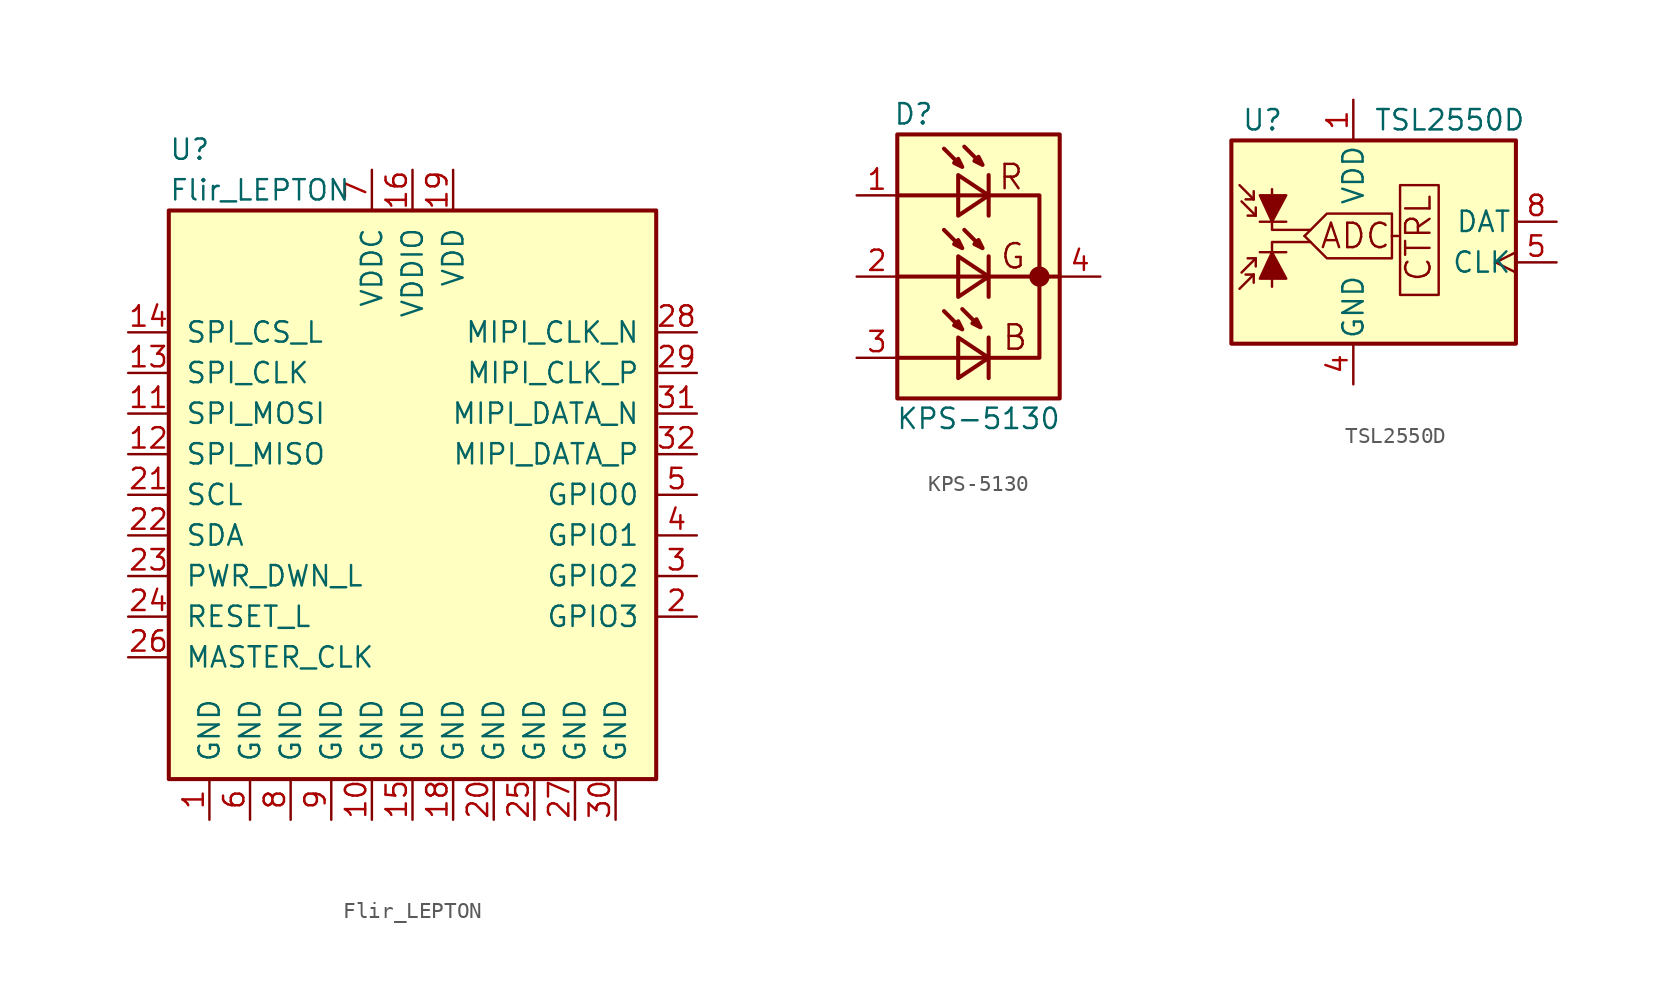
<source format=kicad_sym>
(kicad_symbol_lib
  (version 20200908)
  (generator kicad_symbol_editor)
  (symbol "Sensor_Optical:Flir_LEPTON"
    (pin_names
      (offset 1.016))
    (property "Reference" "U"
      (at -15.24 21.59 0)
      (effects (font (size 1.27 1.27)) (justify left)))
    (property "Value" "Flir_LEPTON"
      (at -15.24 19.05 0)
      (effects (font (size 1.27 1.27)) (justify left)))
    (symbol "Flir_LEPTON_0_1"
      (rectangle (start -15.24 17.78) (end 15.24 -17.78) (stroke (width 0.254)) (fill (type background))))
    (symbol "Flir_LEPTON_1_1"
      (pin power_in line (at -12.7 -20.32 90) (length 2.54) (name "GND" (effects (font (size 1.27 1.27)))) (number "1" (effects (font (size 1.27 1.27)))))
      (pin power_in line (at -2.54 -20.32 90) (length 2.54) (name "GND" (effects (font (size 1.27 1.27)))) (number "10" (effects (font (size 1.27 1.27)))))
      (pin input line (at -17.78 5.08 0) (length 2.54) (name "SPI_MOSI" (effects (font (size 1.27 1.27)))) (number "11" (effects (font (size 1.27 1.27)))))
      (pin output line (at -17.78 2.54 0) (length 2.54) (name "SPI_MISO" (effects (font (size 1.27 1.27)))) (number "12" (effects (font (size 1.27 1.27)))))
      (pin input line (at -17.78 7.62 0) (length 2.54) (name "SPI_CLK" (effects (font (size 1.27 1.27)))) (number "13" (effects (font (size 1.27 1.27)))))
      (pin input line (at -17.78 10.16 0) (length 2.54) (name "SPI_CS_L" (effects (font (size 1.27 1.27)))) (number "14" (effects (font (size 1.27 1.27)))))
      (pin power_in line (at 0 -20.32 90) (length 2.54) (name "GND" (effects (font (size 1.27 1.27)))) (number "15" (effects (font (size 1.27 1.27)))))
      (pin power_in line (at 0 20.32 270) (length 2.54) (name "VDDIO" (effects (font (size 1.27 1.27)))) (number "16" (effects (font (size 1.27 1.27)))))
      (pin unconnected line (at 17.78 -10.16 180) (length 2.54) hide (name "NC" (effects (font (size 1.27 1.27)))) (number "17" (effects (font (size 1.27 1.27)))))
      (pin power_in line (at 2.54 -20.32 90) (length 2.54) (name "GND" (effects (font (size 1.27 1.27)))) (number "18" (effects (font (size 1.27 1.27)))))
      (pin power_in line (at 2.54 20.32 270) (length 2.54) (name "VDD" (effects (font (size 1.27 1.27)))) (number "19" (effects (font (size 1.27 1.27)))))
      (pin bidirectional line (at 17.78 -7.62 180) (length 2.54) (name "GPIO3" (effects (font (size 1.27 1.27)))) (number "2" (effects (font (size 1.27 1.27)))))
      (pin power_in line (at 5.08 -20.32 90) (length 2.54) (name "GND" (effects (font (size 1.27 1.27)))) (number "20" (effects (font (size 1.27 1.27)))))
      (pin input line (at -17.78 0 0) (length 2.54) (name "SCL" (effects (font (size 1.27 1.27)))) (number "21" (effects (font (size 1.27 1.27)))))
      (pin bidirectional line (at -17.78 -2.54 0) (length 2.54) (name "SDA" (effects (font (size 1.27 1.27)))) (number "22" (effects (font (size 1.27 1.27)))))
      (pin input line (at -17.78 -5.08 0) (length 2.54) (name "PWR_DWN_L" (effects (font (size 1.27 1.27)))) (number "23" (effects (font (size 1.27 1.27)))))
      (pin input line (at -17.78 -7.62 0) (length 2.54) (name "RESET_L" (effects (font (size 1.27 1.27)))) (number "24" (effects (font (size 1.27 1.27)))))
      (pin power_in line (at 7.62 -20.32 90) (length 2.54) (name "GND" (effects (font (size 1.27 1.27)))) (number "25" (effects (font (size 1.27 1.27)))))
      (pin input line (at -17.78 -10.16 0) (length 2.54) (name "MASTER_CLK" (effects (font (size 1.27 1.27)))) (number "26" (effects (font (size 1.27 1.27)))))
      (pin power_in line (at 10.16 -20.32 90) (length 2.54) (name "GND" (effects (font (size 1.27 1.27)))) (number "27" (effects (font (size 1.27 1.27)))))
      (pin output line (at 17.78 10.16 180) (length 2.54) (name "MIPI_CLK_N" (effects (font (size 1.27 1.27)))) (number "28" (effects (font (size 1.27 1.27)))))
      (pin output line (at 17.78 7.62 180) (length 2.54) (name "MIPI_CLK_P" (effects (font (size 1.27 1.27)))) (number "29" (effects (font (size 1.27 1.27)))))
      (pin bidirectional line (at 17.78 -5.08 180) (length 2.54) (name "GPIO2" (effects (font (size 1.27 1.27)))) (number "3" (effects (font (size 1.27 1.27)))))
      (pin power_in line (at 12.7 -20.32 90) (length 2.54) (name "GND" (effects (font (size 1.27 1.27)))) (number "30" (effects (font (size 1.27 1.27)))))
      (pin output line (at 17.78 5.08 180) (length 2.54) (name "MIPI_DATA_N" (effects (font (size 1.27 1.27)))) (number "31" (effects (font (size 1.27 1.27)))))
      (pin output line (at 17.78 2.54 180) (length 2.54) (name "MIPI_DATA_P" (effects (font (size 1.27 1.27)))) (number "32" (effects (font (size 1.27 1.27)))))
      (pin bidirectional line (at 17.78 -2.54 180) (length 2.54) (name "GPIO1" (effects (font (size 1.27 1.27)))) (number "4" (effects (font (size 1.27 1.27)))))
      (pin bidirectional line (at 17.78 0 180) (length 2.54) (name "GPIO0" (effects (font (size 1.27 1.27)))) (number "5" (effects (font (size 1.27 1.27)))))
      (pin power_in line (at -10.16 -20.32 90) (length 2.54) (name "GND" (effects (font (size 1.27 1.27)))) (number "6" (effects (font (size 1.27 1.27)))))
      (pin power_in line (at -2.54 20.32 270) (length 2.54) (name "VDDC" (effects (font (size 1.27 1.27)))) (number "7" (effects (font (size 1.27 1.27)))))
      (pin power_in line (at -7.62 -20.32 90) (length 2.54) (name "GND" (effects (font (size 1.27 1.27)))) (number "8" (effects (font (size 1.27 1.27)))))
      (pin power_in line (at -5.08 -20.32 90) (length 2.54) (name "GND" (effects (font (size 1.27 1.27)))) (number "9" (effects (font (size 1.27 1.27)))))))
  (symbol "Sensor_Optical:KPS-5130"
    (pin_names hide)
    (property "Reference" "D"
      (at -4.064 10.16 0)
      (effects (font (size 1.27 1.27))))
    (property "Value" "KPS-5130"
      (at 0 -8.89 0)
      (effects (font (size 1.27 1.27))))
    (symbol "KPS-5130_0_1"
      (circle (center 3.81 0) (radius 0.508) (stroke (width 0.254)) (fill (type outline)))
      (polyline (pts (xy 5.08 0) (xy -5.08 0)) (stroke (width 0.254)) (fill (type none)))
      (polyline (pts (xy -5.08 5.08) (xy 3.81 5.08) (xy 3.81 -5.08) (xy -5.08 -5.08)) (stroke (width 0.254)) (fill (type none)))
      (polyline (pts (xy -2.159 -2.159) (xy -1.016 -3.302) (xy -1.27 -2.794) (xy -1.524 -3.048) (xy -1.016 -3.302)) (stroke (width 0.254)) (fill (type none)))
      (polyline (pts (xy -2.159 2.921) (xy -1.016 1.778) (xy -1.27 2.286) (xy -1.524 2.032) (xy -1.016 1.778)) (stroke (width 0.254)) (fill (type none)))
      (polyline (pts (xy -2.159 8.001) (xy -1.016 6.858) (xy -1.27 7.366) (xy -1.524 7.112) (xy -1.016 6.858)) (stroke (width 0.254)) (fill (type none)))
      (polyline (pts (xy -1.016 -2.032) (xy 0.127 -3.175) (xy -0.127 -2.667) (xy -0.381 -2.921) (xy 0.127 -3.175)) (stroke (width 0.254)) (fill (type none)))
      (polyline (pts (xy -0.889 2.921) (xy 0.254 1.778) (xy 0 2.286) (xy -0.254 2.032) (xy 0.254 1.778)) (stroke (width 0.254)) (fill (type none)))
      (polyline (pts (xy -0.889 8.128) (xy 0.254 6.985) (xy 0 7.493) (xy -0.254 7.239) (xy 0.254 6.985)) (stroke (width 0.254)) (fill (type none)))
      (polyline (pts (xy 0.635 -3.81) (xy 0.635 -6.35) (xy 0.635 -5.08) (xy -1.27 -3.81) (xy -1.27 -6.35) (xy 0.635 -5.08)) (stroke (width 0.254)) (fill (type none)))
      (polyline (pts (xy 0.635 1.27) (xy 0.635 -1.27) (xy 0.635 0) (xy -1.27 1.27) (xy -1.27 -1.27) (xy 0.635 0)) (stroke (width 0.254)) (fill (type none)))
      (polyline (pts (xy 0.635 6.35) (xy 0.635 3.81) (xy 0.635 5.08) (xy -1.27 6.35) (xy -1.27 3.81) (xy 0.635 5.08)) (stroke (width 0.254)) (fill (type none))))
    (symbol "KPS-5130_0_0"
      (text "B" (at 2.286 -3.81 0) (effects (font (size 1.524 1.524))))
      (text "G" (at 2.159 1.27 0) (effects (font (size 1.524 1.524))))
      (text "R" (at 2.032 6.223 0) (effects (font (size 1.524 1.524)))))
    (symbol "KPS-5130_1_1"
      (rectangle (start 5.08 8.89) (end -5.08 -7.62) (stroke (width 0.254)) (fill (type background)))
      (pin passive line (at -7.62 5.08 0) (length 2.54) (name "AR" (effects (font (size 1.27 1.27)))) (number "1" (effects (font (size 1.27 1.27)))))
      (pin passive line (at -7.62 0 0) (length 2.54) (name "AG" (effects (font (size 1.27 1.27)))) (number "2" (effects (font (size 1.27 1.27)))))
      (pin passive line (at -7.62 -5.08 0) (length 2.54) (name "AB" (effects (font (size 1.27 1.27)))) (number "3" (effects (font (size 1.27 1.27)))))
      (pin passive line (at 7.62 0 180) (length 2.54) (name "C" (effects (font (size 1.27 1.27)))) (number "4" (effects (font (size 1.27 1.27)))))))
  (symbol "Sensor_Optical:TSL2550D"
    (pin_names
      (offset 0.254))
    (property "Reference" "U"
      (at -6.985 6.35 0)
      (effects (font (size 1.27 1.27)) (justify left)))
    (property "Value" "TSL2550D"
      (at 1.27 6.35 0)
      (effects (font (size 1.27 1.27)) (justify left)))
    (symbol "TSL2550D_0_0"
      (text "ADC" (at 0.127 -0.889 0) (effects (font (size 1.524 1.524))))
      (text "CTRL" (at 4.064 -1.016 900) (effects (font (size 1.524 1.524))))
      (rectangle (start 2.921 2.286) (end 5.334 -4.572) (stroke (width 0)) (fill (type none)))
      (polyline (pts (xy 2.413 -0.889) (xy 2.794 -0.889)) (stroke (width 0)) (fill (type none)))
      (polyline (pts (xy -5.08 -4.064) (xy -5.08 -1.27) (xy -2.667 -1.27)) (stroke (width 0)) (fill (type none)))
      (polyline (pts (xy -5.08 2.032) (xy -5.08 -0.508) (xy -2.667 -0.508)) (stroke (width 0)) (fill (type none)))
      (polyline (pts (xy -3.048 -0.889) (xy -1.651 -2.286) (xy 2.413 -2.286) (xy 2.413 -0.889)) (stroke (width 0)) (fill (type none)))
      (polyline (pts (xy -3.048 -0.889) (xy -1.651 0.508) (xy 2.413 0.508) (xy 2.413 -0.889)) (stroke (width 0)) (fill (type none))))
    (symbol "TSL2550D_0_1"
      (rectangle (start 10.16 5.08) (end -7.62 -7.62) (stroke (width 0.254)) (fill (type background)))
      (polyline (pts (xy -6.223 -3.302) (xy -7.112 -4.191)) (stroke (width 0)) (fill (type none)))
      (polyline (pts (xy -6.223 -3.302) (xy -6.731 -3.302)) (stroke (width 0)) (fill (type none)))
      (polyline (pts (xy -6.223 -3.302) (xy -6.223 -3.81)) (stroke (width 0)) (fill (type none)))
      (polyline (pts (xy -6.223 1.397) (xy -7.112 2.286)) (stroke (width 0)) (fill (type none)))
      (polyline (pts (xy -6.223 1.397) (xy -6.731 1.397)) (stroke (width 0)) (fill (type none)))
      (polyline (pts (xy -6.223 1.397) (xy -6.223 1.905)) (stroke (width 0)) (fill (type none)))
      (polyline (pts (xy -6.096 -2.286) (xy -6.985 -3.175)) (stroke (width 0)) (fill (type none)))
      (polyline (pts (xy -6.096 -2.286) (xy -6.604 -2.286)) (stroke (width 0)) (fill (type none)))
      (polyline (pts (xy -6.096 -2.286) (xy -6.096 -2.794)) (stroke (width 0)) (fill (type none)))
      (polyline (pts (xy -6.096 0.381) (xy -6.985 1.27)) (stroke (width 0)) (fill (type none)))
      (polyline (pts (xy -6.096 0.381) (xy -6.604 0.381)) (stroke (width 0)) (fill (type none)))
      (polyline (pts (xy -6.096 0.381) (xy -6.096 0.889)) (stroke (width 0)) (fill (type none)))
      (polyline (pts (xy -5.842 -1.905) (xy -4.191 -1.905)) (stroke (width 0)) (fill (type none)))
      (polyline (pts (xy -5.842 0) (xy -4.191 0)) (stroke (width 0)) (fill (type none)))
      (polyline (pts (xy -5.842 -3.556) (xy -4.191 -3.556) (xy -5.08 -1.905) (xy -5.842 -3.556)) (stroke (width 0)) (fill (type outline)))
      (polyline (pts (xy -5.842 1.651) (xy -4.191 1.651) (xy -5.08 0) (xy -5.842 1.651)) (stroke (width 0)) (fill (type outline))))
    (symbol "TSL2550D_1_1"
      (pin power_in line (at 0 7.62 270) (length 2.54) (name "VDD" (effects (font (size 1.27 1.27)))) (number "1" (effects (font (size 1.27 1.27)))))
      (pin unconnected line (at -7.62 2.54 0) (length 2.54) hide (name "NC" (effects (font (size 1.27 1.27)))) (number "2" (effects (font (size 1.27 1.27)))))
      (pin unconnected line (at -7.62 0 0) (length 2.54) hide (name "NC" (effects (font (size 1.27 1.27)))) (number "3" (effects (font (size 1.27 1.27)))))
      (pin power_in line (at 0 -10.16 90) (length 2.54) (name "GND" (effects (font (size 1.27 1.27)))) (number "4" (effects (font (size 1.27 1.27)))))
      (pin input clock (at 12.7 -2.54 180) (length 2.54) (name "CLK" (effects (font (size 1.27 1.27)))) (number "5" (effects (font (size 1.27 1.27)))))
      (pin unconnected line (at -7.62 -2.54 0) (length 2.54) hide (name "NC" (effects (font (size 1.27 1.27)))) (number "6" (effects (font (size 1.27 1.27)))))
      (pin unconnected line (at -7.62 -5.08 0) (length 2.54) hide (name "NC" (effects (font (size 1.27 1.27)))) (number "7" (effects (font (size 1.27 1.27)))))
      (pin bidirectional line (at 12.7 0 180) (length 2.54) (name "DAT" (effects (font (size 1.27 1.27)))) (number "8" (effects (font (size 1.27 1.27))))))))
</source>
